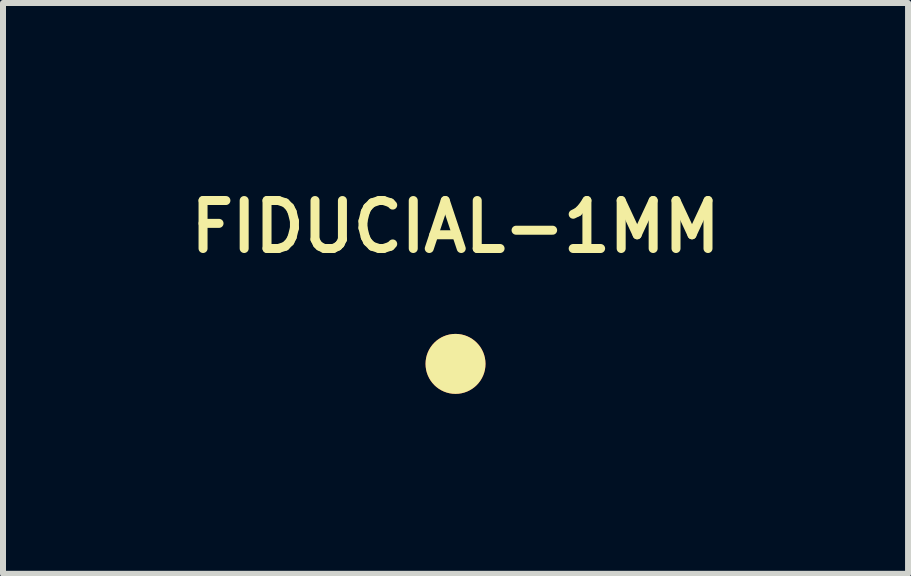
<source format=kicad_pcb>
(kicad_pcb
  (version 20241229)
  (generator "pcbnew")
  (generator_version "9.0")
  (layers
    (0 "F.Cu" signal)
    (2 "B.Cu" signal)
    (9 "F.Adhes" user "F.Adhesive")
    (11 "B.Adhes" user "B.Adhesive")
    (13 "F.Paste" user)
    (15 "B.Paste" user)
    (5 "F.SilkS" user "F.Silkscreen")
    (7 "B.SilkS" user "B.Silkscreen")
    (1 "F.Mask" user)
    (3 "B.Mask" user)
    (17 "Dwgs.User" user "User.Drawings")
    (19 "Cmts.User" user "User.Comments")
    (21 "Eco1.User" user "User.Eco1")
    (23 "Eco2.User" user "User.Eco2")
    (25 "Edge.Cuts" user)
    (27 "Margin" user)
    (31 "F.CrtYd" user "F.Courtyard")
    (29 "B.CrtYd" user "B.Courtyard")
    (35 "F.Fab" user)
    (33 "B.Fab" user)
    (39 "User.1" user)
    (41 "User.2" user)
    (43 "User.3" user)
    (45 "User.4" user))
  (footprint "FIDUCIAL-1MM"
    (layer "F.Cu")
    (at 4.545 3.017)
    (property "Reference" "FIDUCIAL-1MM" (at 0 -2.286 0) (layer "F.SilkS") (effects (font (size 0.8 0.8) (thickness 0.15))))
    (attr exclude_from_pos_files exclude_from_bom)
    (pad "~" smd circle (at 0 0) (size 1 1) (layers "F.Cu" "F.Mask" "F.SilkS")))
  (gr_rect
    (start -3 -3)
    (end 12.09 6.517)
    (stroke (width 0.1) (type default))
    (fill no)
    (layer "Edge.Cuts")))
</source>
